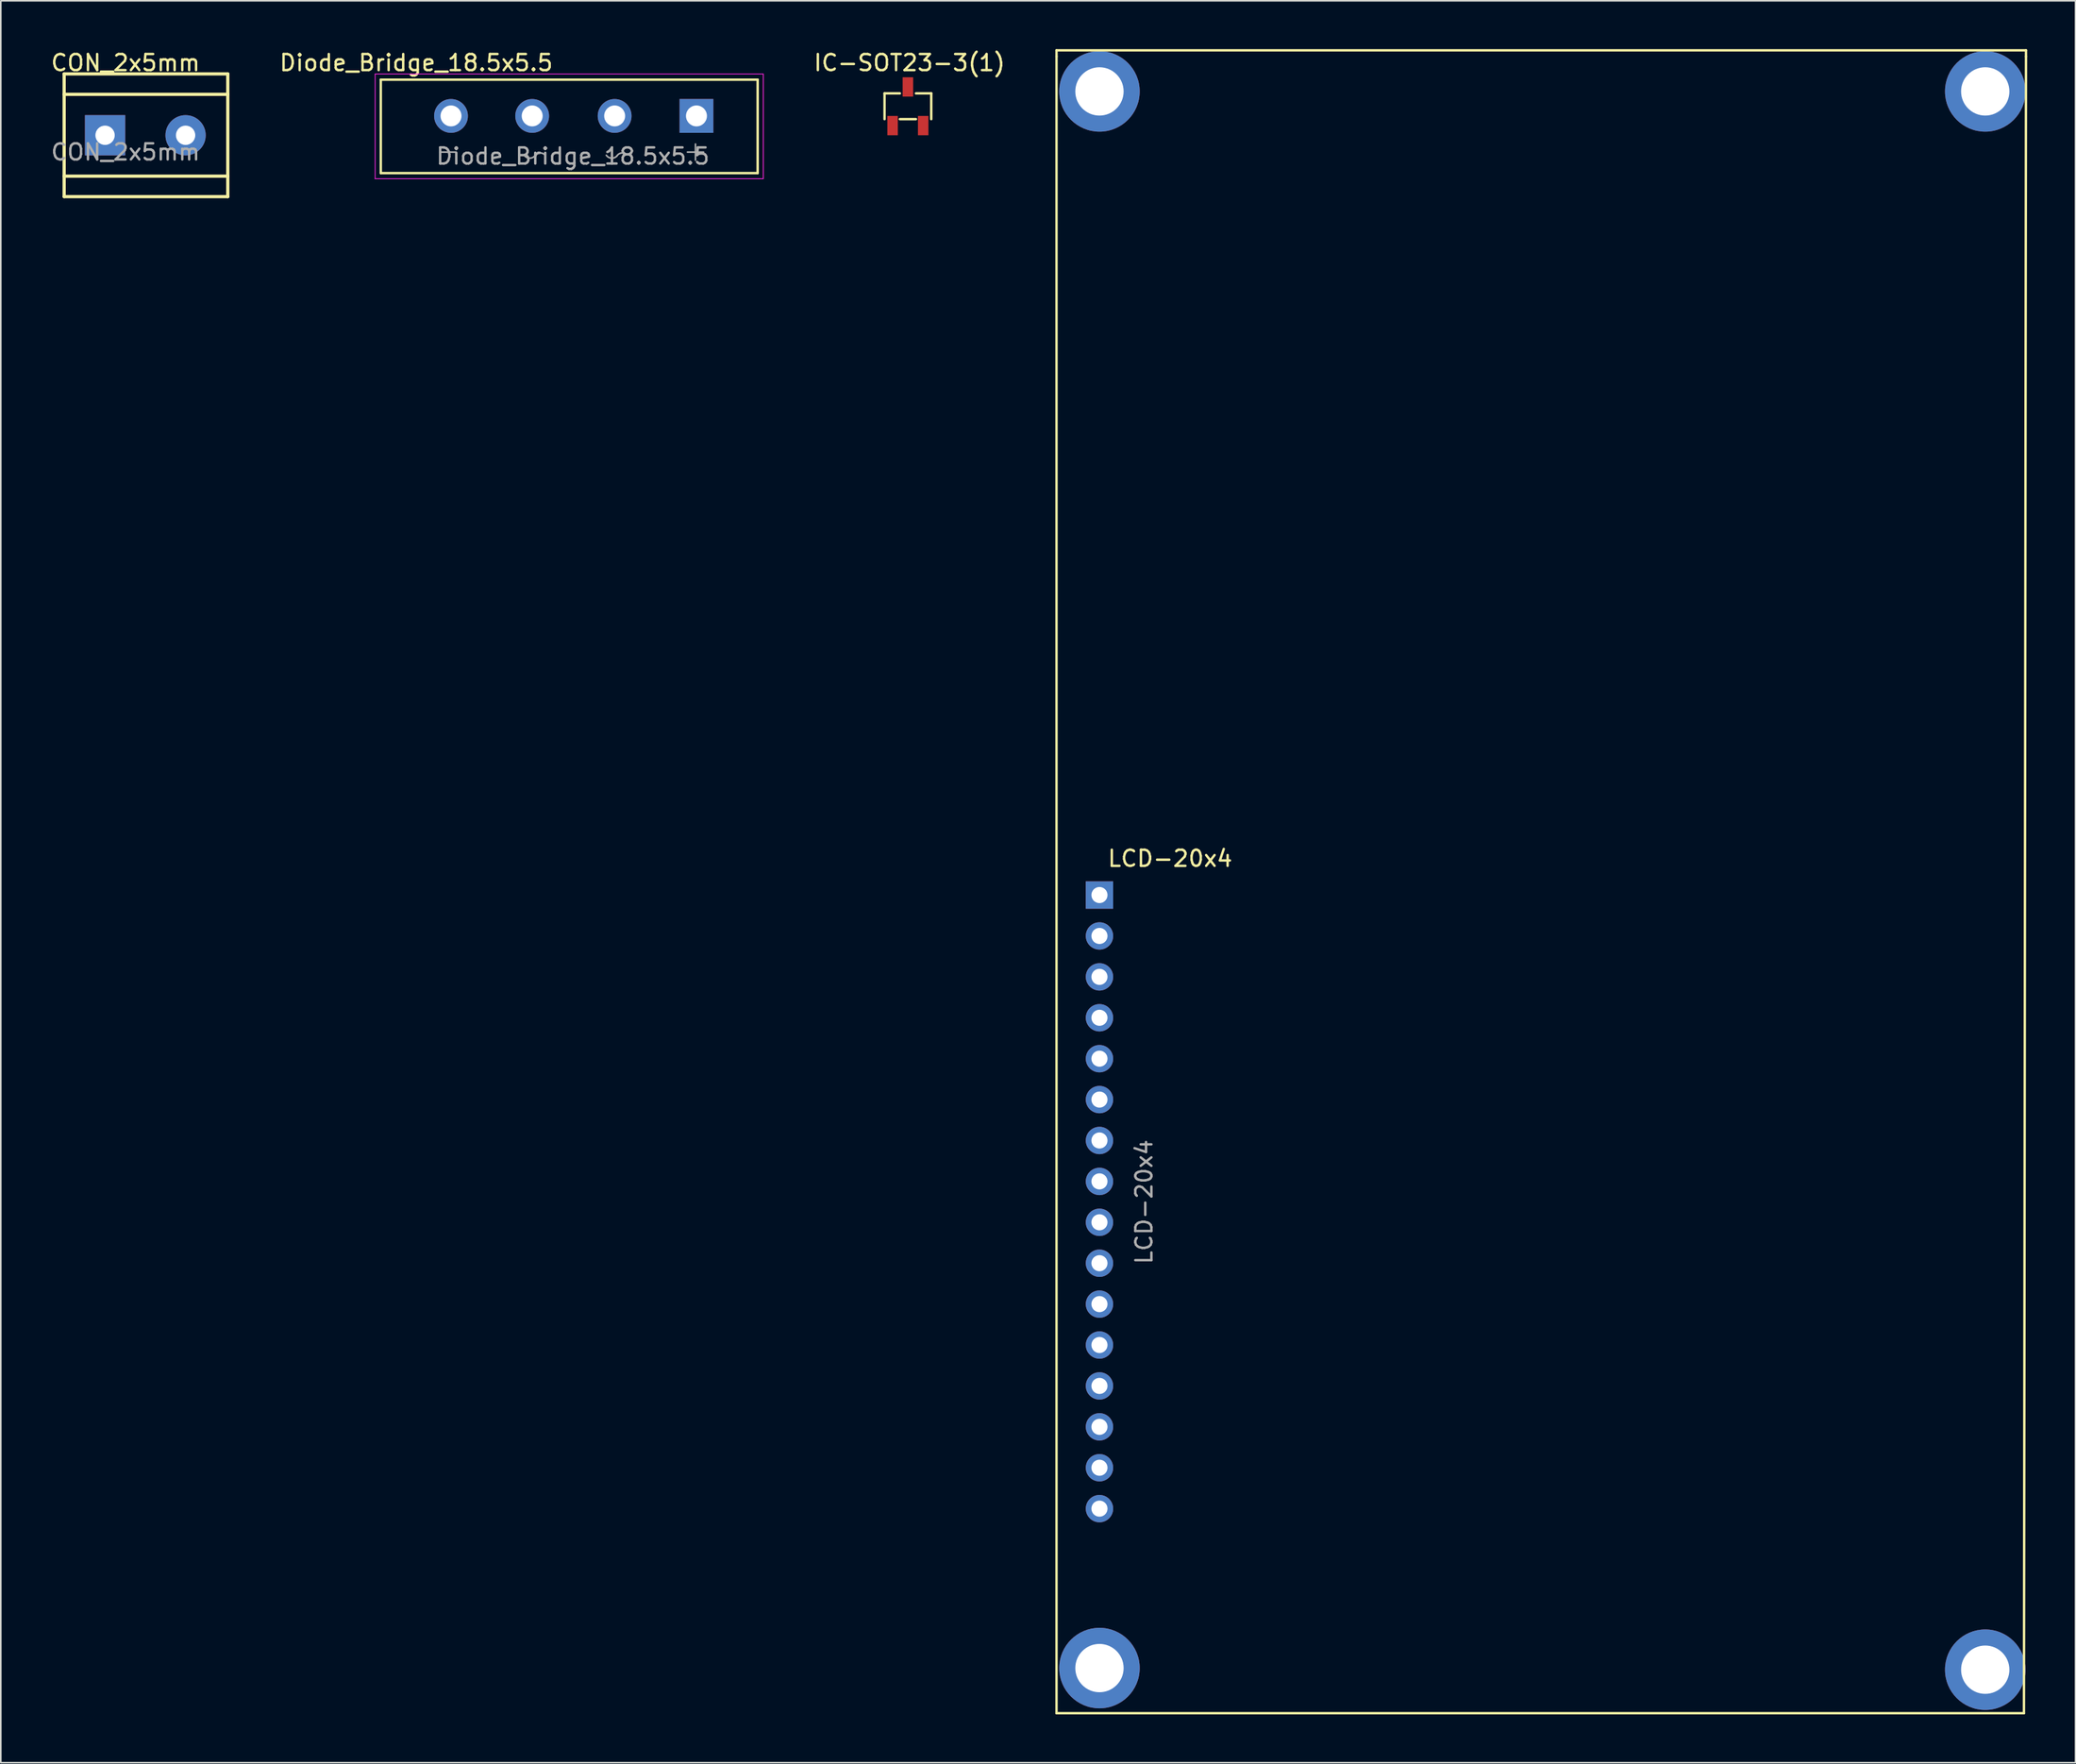
<source format=kicad_pcb>
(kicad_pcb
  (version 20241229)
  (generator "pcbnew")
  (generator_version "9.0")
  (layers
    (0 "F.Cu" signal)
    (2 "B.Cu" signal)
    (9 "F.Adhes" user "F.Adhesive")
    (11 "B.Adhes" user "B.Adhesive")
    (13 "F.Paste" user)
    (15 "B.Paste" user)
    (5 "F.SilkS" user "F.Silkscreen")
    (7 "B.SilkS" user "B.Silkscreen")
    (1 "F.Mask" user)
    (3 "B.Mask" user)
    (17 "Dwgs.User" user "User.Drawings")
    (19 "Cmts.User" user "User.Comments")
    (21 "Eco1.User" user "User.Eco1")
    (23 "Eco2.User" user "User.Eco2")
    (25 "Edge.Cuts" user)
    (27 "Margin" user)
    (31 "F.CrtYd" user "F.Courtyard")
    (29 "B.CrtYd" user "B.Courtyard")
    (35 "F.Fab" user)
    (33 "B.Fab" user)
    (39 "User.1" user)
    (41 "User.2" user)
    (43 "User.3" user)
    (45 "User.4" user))
  (footprint "LCD-20x4"
    (layer "F.Cu")
    (at 65.219 52.526)
    (property "Reference" "LCD-20x4" (at 4.385 -2.27 0) (layer "F.SilkS") (effects (font (size 1 1) (thickness 0.15))))
    (attr through_hole)
    (fp_line (start -2.667 -52.451) (end 57.531 -52.451) (stroke (width 0.15) (type solid)) (layer "F.SilkS"))
    (fp_line (start -2.667 -52.07) (end -2.667 -52.451) (stroke (width 0.15) (type solid)) (layer "F.SilkS"))
    (fp_line (start -2.667 50.8) (end -2.667 -52.07) (stroke (width 0.15) (type solid)) (layer "F.SilkS"))
    (fp_line (start 57.404 50.8) (end -2.667 50.8) (stroke (width 0.15) (type solid)) (layer "F.SilkS"))
    (fp_line (start 57.531 -52.451) (end 57.531 -52.07) (stroke (width 0.15) (type solid)) (layer "F.SilkS"))
    (fp_line (start 57.531 -52.07) (end 57.404 50.8) (stroke (width 0.15) (type solid)) (layer "F.SilkS"))
    (fp_line (start -0.32 -0.32) (end -0.32 0.32) (stroke (width 0.1) (type solid)) (layer "F.Fab"))
    (fp_line (start -0.32 2.22) (end -0.32 2.86) (stroke (width 0.1) (type solid)) (layer "F.Fab"))
    (fp_line (start -0.32 4.76) (end -0.32 5.4) (stroke (width 0.1) (type solid)) (layer "F.Fab"))
    (fp_line (start -0.32 7.3) (end -0.32 7.94) (stroke (width 0.1) (type solid)) (layer "F.Fab"))
    (fp_line (start -0.32 9.84) (end -0.32 10.48) (stroke (width 0.1) (type solid)) (layer "F.Fab"))
    (fp_line (start -0.32 12.38) (end -0.32 13.02) (stroke (width 0.1) (type solid)) (layer "F.Fab"))
    (fp_line (start -0.32 14.92) (end -0.32 15.56) (stroke (width 0.1) (type solid)) (layer "F.Fab"))
    (fp_line (start -0.32 17.46) (end -0.32 18.1) (stroke (width 0.1) (type solid)) (layer "F.Fab"))
    (fp_line (start -0.32 20) (end -0.32 20.64) (stroke (width 0.1) (type solid)) (layer "F.Fab"))
    (fp_line (start -0.32 22.54) (end -0.32 23.18) (stroke (width 0.1) (type solid)) (layer "F.Fab"))
    (fp_line (start -0.32 25.08) (end -0.32 25.72) (stroke (width 0.1) (type solid)) (layer "F.Fab"))
    (fp_line (start -0.32 27.62) (end -0.32 28.26) (stroke (width 0.1) (type solid)) (layer "F.Fab"))
    (fp_line (start -0.32 30.16) (end -0.32 30.8) (stroke (width 0.1) (type solid)) (layer "F.Fab"))
    (fp_line (start -0.32 32.7) (end -0.32 33.34) (stroke (width 0.1) (type solid)) (layer "F.Fab"))
    (fp_line (start -0.32 35.24) (end -0.32 35.88) (stroke (width 0.1) (type solid)) (layer "F.Fab"))
    (fp_line (start -0.32 37.78) (end -0.32 38.42) (stroke (width 0.1) (type solid)) (layer "F.Fab"))
    (fp_text user "${REFERENCE}" (at 2.77 19.05 90) (layer "F.Fab") (effects (font (size 1 1) (thickness 0.15))))
    (pad "1" thru_hole rect (at 0 0) (size 1.7 1.7) (drill 1) (layers "*.Cu" "*.Mask"))
    (pad "2" thru_hole oval (at 0 2.54) (size 1.7 1.7) (drill 1) (layers "*.Cu" "*.Mask"))
    (pad "3" thru_hole oval (at 0 5.08) (size 1.7 1.7) (drill 1) (layers "*.Cu" "*.Mask"))
    (pad "4" thru_hole oval (at 0 7.62) (size 1.7 1.7) (drill 1) (layers "*.Cu" "*.Mask"))
    (pad "5" thru_hole oval (at 0 10.16) (size 1.7 1.7) (drill 1) (layers "*.Cu" "*.Mask"))
    (pad "6" thru_hole oval (at 0 12.7) (size 1.7 1.7) (drill 1) (layers "*.Cu" "*.Mask"))
    (pad "7" thru_hole oval (at 0 15.24) (size 1.7 1.7) (drill 1) (layers "*.Cu" "*.Mask"))
    (pad "8" thru_hole oval (at 0 17.78) (size 1.7 1.7) (drill 1) (layers "*.Cu" "*.Mask"))
    (pad "9" thru_hole oval (at 0 20.32) (size 1.7 1.7) (drill 1) (layers "*.Cu" "*.Mask"))
    (pad "10" thru_hole oval (at 0 22.86) (size 1.7 1.7) (drill 1) (layers "*.Cu" "*.Mask"))
    (pad "11" thru_hole oval (at 0 25.4) (size 1.7 1.7) (drill 1) (layers "*.Cu" "*.Mask"))
    (pad "12" thru_hole oval (at 0 27.94) (size 1.7 1.7) (drill 1) (layers "*.Cu" "*.Mask"))
    (pad "13" thru_hole oval (at 0 30.48) (size 1.7 1.7) (drill 1) (layers "*.Cu" "*.Mask"))
    (pad "14" thru_hole oval (at 0 33.02) (size 1.7 1.7) (drill 1) (layers "*.Cu" "*.Mask"))
    (pad "15" thru_hole oval (at 0 35.56) (size 1.7 1.7) (drill 1) (layers "*.Cu" "*.Mask"))
    (pad "16" thru_hole oval (at 0 38.1) (size 1.7 1.7) (drill 1) (layers "*.Cu" "*.Mask"))
    (pad "17" thru_hole circle (at 0 48) (size 5 5) (drill 3) (layers "*.Cu" "*.Mask"))
    (pad "18" thru_hole circle (at 0 -49.9) (size 5 5) (drill 3) (layers "*.Cu" "*.Mask"))
    (pad "19" thru_hole circle (at 55 -49.9) (size 5 5) (drill 3) (layers "*.Cu" "*.Mask"))
    (pad "20" thru_hole circle (at 55 48.1) (size 5 5) (drill 3) (layers "*.Cu" "*.Mask")))
  (footprint "CON_2x5mm"
    (layer "F.Cu")
    (at 3.474 5.349)
    (property "Reference" "CON_2x5mm" (at 1.27 -4.501 0) (layer "F.SilkS") (effects (font (size 1 1) (thickness 0.15))))
    (attr through_hole)
    (fp_line (start -2.54 -3.81) (end 7.62 -3.81) (stroke (width 0.2) (type solid)) (layer "F.SilkS"))
    (fp_line (start -2.54 2.54) (end 7.62 2.54) (stroke (width 0.2) (type solid)) (layer "F.SilkS"))
    (fp_line (start -2.54 3.81) (end -2.54 -3.81) (stroke (width 0.2) (type solid)) (layer "F.SilkS"))
    (fp_line (start 7.62 -3.81) (end 7.62 3.81) (stroke (width 0.2) (type solid)) (layer "F.SilkS"))
    (fp_line (start 7.62 -2.54) (end -2.54 -2.54) (stroke (width 0.2) (type solid)) (layer "F.SilkS"))
    (fp_line (start 7.62 3.81) (end -2.54 3.81) (stroke (width 0.2) (type solid)) (layer "F.SilkS"))
    (fp_text user "${REFERENCE}" (at 1.27 1.045 0) (layer "F.Fab") (effects (font (size 1 1) (thickness 0.15))))
    (pad "1" thru_hole rect (at 0 0) (size 2.5 2.5) (drill 1.2) (layers "*.Cu" "*.Mask"))
    (pad "2" thru_hole oval (at 5 0) (size 2.5 2.5) (drill 1.2) (layers "*.Cu" "*.Mask")))
  (footprint "IC-SOT23-3(1)"
    (layer "F.Cu")
    (at 53.324 3.548)
    (property "Reference" "IC-SOT23-3(1)" (at 0.1 -2.7 0) (layer "F.SilkS") (effects (font (size 1 1) (thickness 0.15))))
    (attr smd)
    (fp_line (start -1.45 -0.8) (end -1.45 0.8) (stroke (width 0.15) (type solid)) (layer "F.SilkS"))
    (fp_line (start -1.45 -0.8) (end -0.5 -0.8) (stroke (width 0.15) (type solid)) (layer "F.SilkS"))
    (fp_line (start -0.5 0.8) (end 0.5 0.8) (stroke (width 0.15) (type solid)) (layer "F.SilkS"))
    (fp_line (start 1.45 -0.8) (end 0.5 -0.8) (stroke (width 0.15) (type solid)) (layer "F.SilkS"))
    (fp_line (start 1.45 0.8) (end 1.45 -0.8) (stroke (width 0.15) (type solid)) (layer "F.SilkS"))
    (pad "1" smd rect (at -0.95 1.2) (size 0.65 1.2) (layers "F.Cu" "F.Mask" "F.Paste"))
    (pad "2" smd rect (at 0 -1.2) (size 0.65 1.2) (layers "F.Cu" "F.Mask" "F.Paste"))
    (pad "3" smd rect (at 0.95 1.2) (size 0.65 1.2) (layers "F.Cu" "F.Mask" "F.Paste")))
  (footprint "Diode_Bridge_18.5x5.5"
    (layer "F.Cu")
    (at 40.195 4.148)
    (property "Reference" "Diode_Bridge_18.5x5.5" (at -17.4 -3.3 0) (layer "F.SilkS") (effects (font (size 1 1) (thickness 0.15))))
    (attr through_hole)
    (fp_line (start -19.6 -2.25) (end 3.8 -2.25) (stroke (width 0.15) (type solid)) (layer "F.SilkS"))
    (fp_line (start -19.6 3.55) (end -19.6 -2.25) (stroke (width 0.15) (type solid)) (layer "F.SilkS"))
    (fp_line (start 3.8 -2.25) (end 3.8 3.55) (stroke (width 0.15) (type solid)) (layer "F.SilkS"))
    (fp_line (start 3.8 3.55) (end -19.6 3.55) (stroke (width 0.15) (type solid)) (layer "F.SilkS"))
    (fp_line (start -19.95 -2.6) (end 4.15 -2.6) (stroke (width 0.05) (type solid)) (layer "F.CrtYd"))
    (fp_line (start -19.95 3.9) (end -19.95 -2.6) (stroke (width 0.05) (type solid)) (layer "F.CrtYd"))
    (fp_line (start 4.15 -2.6) (end 4.15 3.9) (stroke (width 0.05) (type solid)) (layer "F.CrtYd"))
    (fp_line (start 4.15 3.9) (end -19.95 3.9) (stroke (width 0.05) (type solid)) (layer "F.CrtYd"))
    (fp_line (start -15.917 2.246) (end -14.917 2.246) (stroke (width 0.1) (type solid)) (layer "F.Fab"))
    (fp_line (start -0.56 2.246) (end 0.44 2.246) (stroke (width 0.1) (type solid)) (layer "F.Fab"))
    (fp_line (start -0.06 1.746) (end -0.06 2.746) (stroke (width 0.1) (type solid)) (layer "F.Fab"))
    (fp_arc (start -10.05 2.5) (mid -10.386977 2.62265) (end -10.697537 2.443348) (stroke (width 0.1) (type solid)) (layer "F.Fab"))
    (fp_arc (start -10.05 2.5) (mid -9.771767 2.303327) (end -9.442262 2.390047) (stroke (width 0.1) (type solid)) (layer "F.Fab"))
    (fp_arc (start -4.95 2.5) (mid -5.286977 2.62265) (end -5.597537 2.443348) (stroke (width 0.1) (type solid)) (layer "F.Fab"))
    (fp_arc (start -4.95 2.5) (mid -4.671767 2.303327) (end -4.342262 2.390047) (stroke (width 0.1) (type solid)) (layer "F.Fab"))
    (fp_text user "${REFERENCE}" (at -7.675 2.5 0) (layer "F.Fab") (effects (font (size 1 1) (thickness 0.15))))
    (pad "1" thru_hole rect (at 0 0) (size 2.1 2.1) (drill 1.3) (layers "*.Cu" "*.Mask"))
    (pad "2" thru_hole circle (at -10.2 0) (size 2.1 2.1) (drill 1.3) (layers "*.Cu" "*.Mask"))
    (pad "3" thru_hole circle (at -5.08 0) (size 2.1 2.1) (drill 1.3) (layers "*.Cu" "*.Mask"))
    (pad "4" thru_hole circle (at -15.24 0) (size 2.1 2.1) (drill 1.3) (layers "*.Cu" "*.Mask")))
  (gr_rect
    (start -3 -3)
    (end 125.825 106.401)
    (stroke (width 0.1) (type default))
    (fill no)
    (layer "Edge.Cuts")))
</source>
